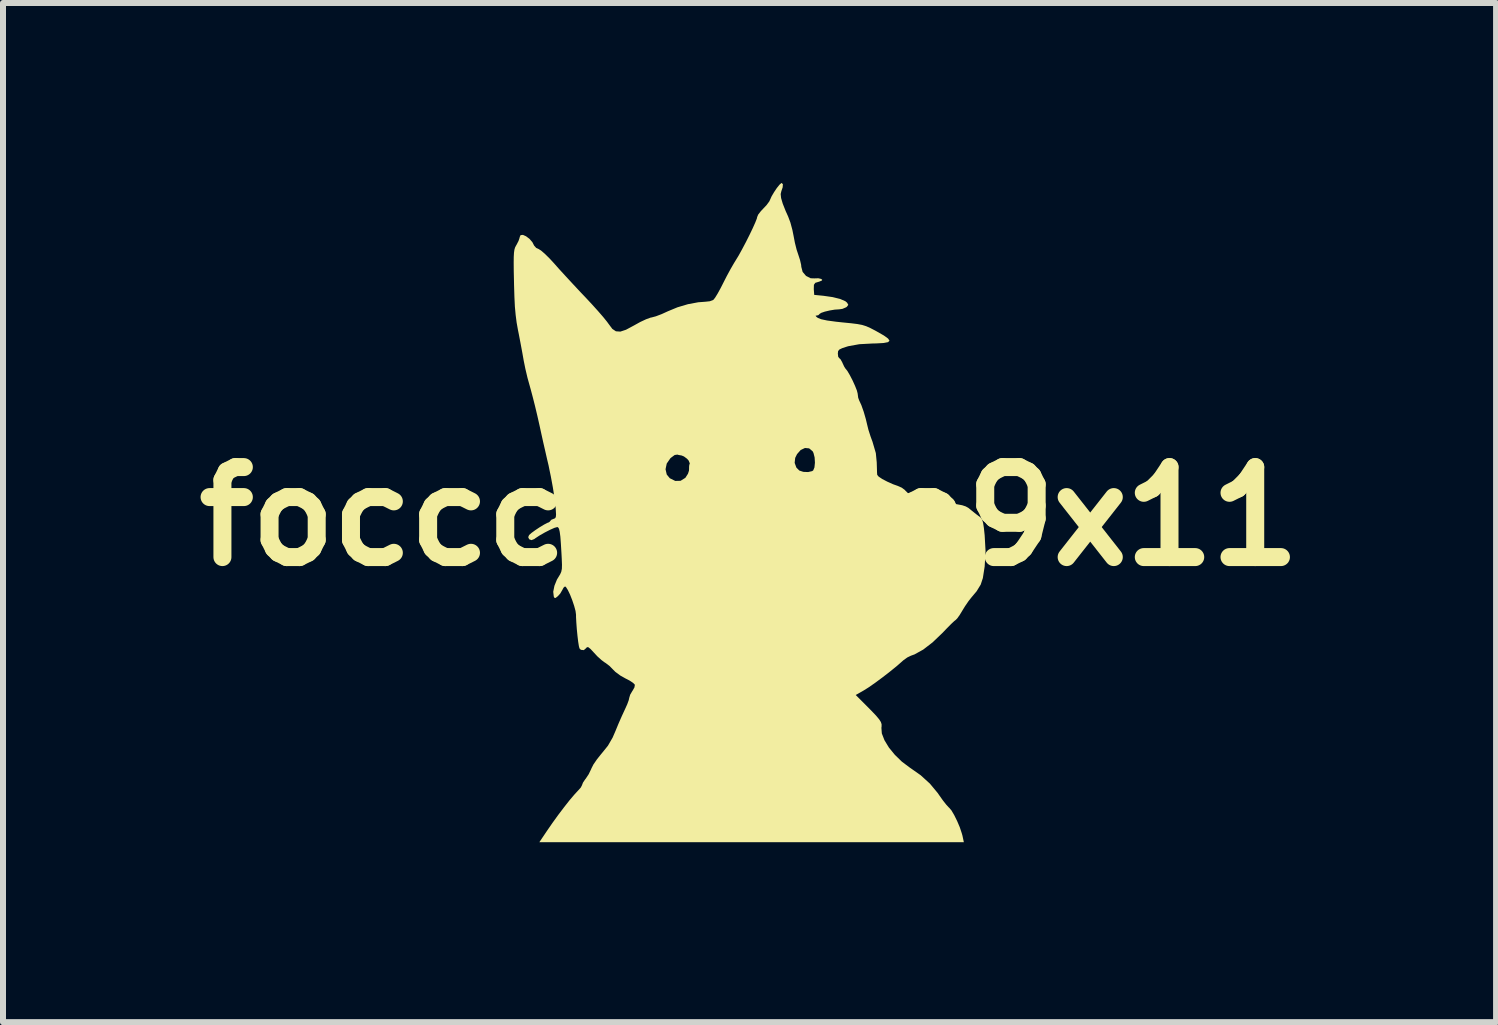
<source format=kicad_pcb>
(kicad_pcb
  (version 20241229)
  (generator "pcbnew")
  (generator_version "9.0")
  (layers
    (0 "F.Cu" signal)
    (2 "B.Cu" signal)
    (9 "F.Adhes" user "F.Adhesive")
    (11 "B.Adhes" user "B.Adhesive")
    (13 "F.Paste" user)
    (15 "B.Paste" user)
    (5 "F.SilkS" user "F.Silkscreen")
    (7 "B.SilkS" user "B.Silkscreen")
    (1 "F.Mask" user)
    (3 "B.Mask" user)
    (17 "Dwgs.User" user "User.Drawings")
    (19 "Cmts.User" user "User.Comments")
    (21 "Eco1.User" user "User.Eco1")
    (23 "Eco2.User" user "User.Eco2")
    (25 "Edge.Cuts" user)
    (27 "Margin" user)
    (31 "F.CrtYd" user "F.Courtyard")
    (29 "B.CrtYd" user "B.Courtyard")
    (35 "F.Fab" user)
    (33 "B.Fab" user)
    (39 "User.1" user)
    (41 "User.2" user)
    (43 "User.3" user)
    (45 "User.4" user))
  (footprint "foccci_logo9x11"
    (layer "F.Cu")
    (at 9.443 5.557)
    (property "Reference" "foccci_logo9x11" (at 0 0 0) (layer "F.SilkS") (effects (font (size 1.5 1.5) (thickness 0.3))))
    (attr board_only exclude_from_pos_files exclude_from_bom)
    (fp_poly (pts (xy 0.556 -5.537) (xy 0.552 -5.484) (xy 0.531 -5.423) (xy 0.519 -5.373) (xy 0.526 -5.306) (xy 0.553 -5.214) (xy 0.602 -5.09) (xy 0.643 -4.999) (xy 0.681 -4.898) (xy 0.714 -4.775) (xy 0.734 -4.676) (xy 0.756 -4.561) (xy 0.785 -4.445) (xy 0.812 -4.364) (xy 0.841 -4.275) (xy 0.86 -4.193) (xy 0.863 -4.159) (xy 0.885 -4.075) (xy 0.942 -4.008) (xy 1.019 -3.969) (xy 1.08 -3.967) (xy 1.147 -3.969) (xy 1.194 -3.958) (xy 1.212 -3.943) (xy 1.204 -3.93) (xy 1.162 -3.913) (xy 1.096 -3.893) (xy 1.073 -3.86) (xy 1.071 -3.787) (xy 1.078 -3.692) (xy 1.231 -3.677) (xy 1.385 -3.655) (xy 1.51 -3.624) (xy 1.596 -3.587) (xy 1.626 -3.562) (xy 1.646 -3.526) (xy 1.624 -3.496) (xy 1.612 -3.486) (xy 1.549 -3.459) (xy 1.494 -3.451) (xy 1.419 -3.446) (xy 1.335 -3.432) (xy 1.255 -3.413) (xy 1.194 -3.392) (xy 1.167 -3.374) (xy 1.167 -3.373) (xy 1.146 -3.353) (xy 1.124 -3.349) (xy 1.1 -3.344) (xy 1.117 -3.324) (xy 1.139 -3.308) (xy 1.194 -3.286) (xy 1.293 -3.265) (xy 1.44 -3.245) (xy 1.552 -3.233) (xy 1.694 -3.219) (xy 1.798 -3.206) (xy 1.877 -3.191) (xy 1.944 -3.17) (xy 2.012 -3.14) (xy 2.093 -3.098) (xy 2.122 -3.082) (xy 2.239 -3.015) (xy 2.309 -2.964) (xy 2.333 -2.928) (xy 2.308 -2.904) (xy 2.235 -2.89) (xy 2.112 -2.883) (xy 2.055 -2.882) (xy 1.831 -2.87) (xy 1.653 -2.838) (xy 1.63 -2.832) (xy 1.545 -2.804) (xy 1.497 -2.781) (xy 1.476 -2.754) (xy 1.472 -2.715) (xy 1.472 -2.712) (xy 1.478 -2.66) (xy 1.494 -2.639) (xy 1.517 -2.618) (xy 1.546 -2.566) (xy 1.55 -2.556) (xy 1.577 -2.498) (xy 1.599 -2.463) (xy 1.601 -2.461) (xy 1.631 -2.424) (xy 1.672 -2.354) (xy 1.717 -2.267) (xy 1.758 -2.177) (xy 1.789 -2.099) (xy 1.802 -2.048) (xy 1.802 -2.047) (xy 1.811 -1.978) (xy 1.827 -1.934) (xy 1.864 -1.854) (xy 1.903 -1.744) (xy 1.938 -1.623) (xy 1.959 -1.535) (xy 1.982 -1.442) (xy 2.018 -1.33) (xy 2.05 -1.243) (xy 2.105 -1.055) (xy 2.12 -0.901) (xy 2.123 -0.807) (xy 2.125 -0.733) (xy 2.128 -0.692) (xy 2.128 -0.692) (xy 2.152 -0.663) (xy 2.212 -0.623) (xy 2.296 -0.579) (xy 2.392 -0.536) (xy 2.468 -0.509) (xy 2.538 -0.478) (xy 2.589 -0.44) (xy 2.594 -0.433) (xy 2.643 -0.385) (xy 2.708 -0.345) (xy 2.772 -0.322) (xy 2.818 -0.323) (xy 2.825 -0.328) (xy 2.875 -0.353) (xy 2.939 -0.338) (xy 2.996 -0.303) (xy 3.058 -0.272) (xy 3.154 -0.247) (xy 3.292 -0.224) (xy 3.334 -0.219) (xy 3.458 -0.202) (xy 3.544 -0.186) (xy 3.604 -0.166) (xy 3.651 -0.139) (xy 3.684 -0.112) (xy 3.753 -0.056) (xy 3.817 -0.007) (xy 3.83 0.002) (xy 3.858 0.025) (xy 3.878 0.057) (xy 3.893 0.109) (xy 3.906 0.192) (xy 3.919 0.314) (xy 3.934 0.581) (xy 3.919 0.836) (xy 3.889 1.028) (xy 3.853 1.137) (xy 3.785 1.248) (xy 3.7 1.349) (xy 3.651 1.411) (xy 3.592 1.497) (xy 3.549 1.567) (xy 3.503 1.643) (xy 3.463 1.699) (xy 3.44 1.723) (xy 3.413 1.744) (xy 3.359 1.795) (xy 3.287 1.868) (xy 3.213 1.945) (xy 3.051 2.1) (xy 2.895 2.22) (xy 2.751 2.3) (xy 2.69 2.322) (xy 2.63 2.351) (xy 2.562 2.4) (xy 2.55 2.411) (xy 2.46 2.49) (xy 2.347 2.582) (xy 2.222 2.679) (xy 2.098 2.771) (xy 1.988 2.848) (xy 1.907 2.899) (xy 1.77 2.977) (xy 1.924 3.131) (xy 2.033 3.241) (xy 2.11 3.322) (xy 2.16 3.382) (xy 2.189 3.427) (xy 2.201 3.464) (xy 2.201 3.501) (xy 2.198 3.524) (xy 2.205 3.618) (xy 2.249 3.731) (xy 2.323 3.853) (xy 2.422 3.974) (xy 2.538 4.087) (xy 2.66 4.179) (xy 2.852 4.314) (xy 3.006 4.454) (xy 3.135 4.609) (xy 3.162 4.648) (xy 3.223 4.734) (xy 3.279 4.805) (xy 3.32 4.85) (xy 3.327 4.856) (xy 3.365 4.9) (xy 3.411 4.978) (xy 3.46 5.077) (xy 3.505 5.183) (xy 3.538 5.283) (xy 3.549 5.322) (xy 3.572 5.43) (xy 0.035 5.43) (xy -3.503 5.43) (xy -3.371 5.234) (xy -3.284 5.108) (xy -3.188 4.975) (xy -3.09 4.846) (xy -2.998 4.729) (xy -2.918 4.635) (xy -2.86 4.572) (xy -2.857 4.569) (xy -2.813 4.52) (xy -2.792 4.48) (xy -2.791 4.476) (xy -2.776 4.437) (xy -2.739 4.382) (xy -2.731 4.373) (xy -2.682 4.299) (xy -2.64 4.213) (xy -2.636 4.202) (xy -2.602 4.135) (xy -2.543 4.049) (xy -2.472 3.96) (xy -2.46 3.946) (xy -2.36 3.822) (xy -2.282 3.687) (xy -2.234 3.576) (xy -2.185 3.457) (xy -2.132 3.336) (xy -2.085 3.234) (xy -2.077 3.217) (xy -2.039 3.133) (xy -2.013 3.062) (xy -2.005 3.024) (xy -1.989 2.971) (xy -1.953 2.91) (xy -1.951 2.908) (xy -1.919 2.852) (xy -1.911 2.807) (xy -1.912 2.805) (xy -1.941 2.775) (xy -2.002 2.735) (xy -2.066 2.702) (xy -2.155 2.652) (xy -2.236 2.592) (xy -2.273 2.555) (xy -2.335 2.492) (xy -2.401 2.442) (xy -2.412 2.436) (xy -2.466 2.396) (xy -2.536 2.333) (xy -2.59 2.275) (xy -2.65 2.21) (xy -2.688 2.18) (xy -2.711 2.18) (xy -2.72 2.193) (xy -2.762 2.229) (xy -2.811 2.224) (xy -2.834 2.201) (xy -2.844 2.164) (xy -2.856 2.089) (xy -2.868 1.989) (xy -2.879 1.878) (xy -2.887 1.769) (xy -2.892 1.674) (xy -2.892 1.639) (xy -2.9 1.577) (xy -2.923 1.492) (xy -2.955 1.397) (xy -2.991 1.305) (xy -3.028 1.228) (xy -3.059 1.179) (xy -3.075 1.167) (xy -3.1 1.188) (xy -3.119 1.224) (xy -3.155 1.286) (xy -3.194 1.329) (xy -3.233 1.36) (xy -3.253 1.357) (xy -3.263 1.335) (xy -3.272 1.256) (xy -3.252 1.157) (xy -3.21 1.053) (xy -3.184 1.01) (xy -3.156 0.964) (xy -3.138 0.923) (xy -3.128 0.874) (xy -3.126 0.806) (xy -3.13 0.705) (xy -3.134 0.627) (xy -3.144 0.461) (xy -3.153 0.339) (xy -3.164 0.256) (xy -3.176 0.206) (xy -3.192 0.182) (xy -3.205 0.178) (xy -3.252 0.191) (xy -3.326 0.224) (xy -3.414 0.269) (xy -3.501 0.319) (xy -3.571 0.365) (xy -3.588 0.378) (xy -3.635 0.396) (xy -3.673 0.381) (xy -3.689 0.346) (xy -3.674 0.311) (xy -3.636 0.277) (xy -3.573 0.231) (xy -3.498 0.181) (xy -3.425 0.137) (xy -3.37 0.108) (xy -3.349 0.101) (xy -3.325 0.084) (xy -3.324 0.079) (xy -3.303 0.056) (xy -3.27 0.043) (xy -3.243 0.032) (xy -3.229 0.012) (xy -3.225 -0.031) (xy -3.229 -0.105) (xy -3.234 -0.17) (xy -3.251 -0.31) (xy -3.278 -0.482) (xy -3.312 -0.667) (xy -3.337 -0.786) (xy -1.4 -0.786) (xy -1.38 -0.698) (xy -1.329 -0.636) (xy -1.238 -0.591) (xy -1.149 -0.593) (xy -1.071 -0.642) (xy -1.068 -0.645) (xy -1.026 -0.711) (xy -0.999 -0.794) (xy -0.997 -0.806) (xy -0.994 -0.88) (xy -0.999 -0.892) (xy 0.752 -0.892) (xy 0.781 -0.813) (xy 0.83 -0.764) (xy 0.897 -0.742) (xy 0.976 -0.739) (xy 1.042 -0.754) (xy 1.061 -0.766) (xy 1.082 -0.816) (xy 1.09 -0.895) (xy 1.085 -0.982) (xy 1.066 -1.057) (xy 1.052 -1.085) (xy 0.993 -1.134) (xy 0.924 -1.14) (xy 0.853 -1.107) (xy 0.792 -1.038) (xy 0.761 -0.975) (xy 0.752 -0.892) (xy -0.999 -0.892) (xy -1.015 -0.931) (xy -1.042 -0.961) (xy -1.093 -0.999) (xy -1.132 -1.015) (xy -1.183 -1.024) (xy -1.203 -1.03) (xy -1.248 -1.023) (xy -1.31 -0.977) (xy -1.319 -0.969) (xy -1.38 -0.881) (xy -1.4 -0.786) (xy -3.337 -0.786) (xy -3.349 -0.847) (xy -3.374 -0.952) (xy -3.387 -1.009) (xy -3.409 -1.106) (xy -3.438 -1.232) (xy -3.47 -1.377) (xy -3.499 -1.51) (xy -3.536 -1.674) (xy -3.575 -1.838) (xy -3.613 -1.988) (xy -3.646 -2.112) (xy -3.664 -2.177) (xy -3.701 -2.31) (xy -3.737 -2.463) (xy -3.765 -2.601) (xy -3.766 -2.608) (xy -3.788 -2.732) (xy -3.816 -2.882) (xy -3.845 -3.034) (xy -3.86 -3.108) (xy -3.882 -3.231) (xy -3.898 -3.356) (xy -3.911 -3.495) (xy -3.919 -3.659) (xy -3.925 -3.861) (xy -3.926 -3.914) (xy -3.93 -4.092) (xy -3.931 -4.226) (xy -3.93 -4.325) (xy -3.926 -4.395) (xy -3.919 -4.445) (xy -3.908 -4.482) (xy -3.892 -4.513) (xy -3.884 -4.526) (xy -3.85 -4.592) (xy -3.832 -4.645) (xy -3.832 -4.653) (xy -3.816 -4.688) (xy -3.777 -4.692) (xy -3.725 -4.669) (xy -3.669 -4.627) (xy -3.62 -4.571) (xy -3.59 -4.513) (xy -3.556 -4.475) (xy -3.515 -4.456) (xy -3.475 -4.431) (xy -3.411 -4.376) (xy -3.333 -4.299) (xy -3.259 -4.219) (xy -3.175 -4.124) (xy -3.066 -4.005) (xy -2.943 -3.872) (xy -2.817 -3.737) (xy -2.734 -3.65) (xy -2.625 -3.533) (xy -2.524 -3.421) (xy -2.439 -3.323) (xy -2.376 -3.245) (xy -2.343 -3.2) (xy -2.287 -3.125) (xy -2.227 -3.085) (xy -2.153 -3.08) (xy -2.059 -3.111) (xy -1.936 -3.177) (xy -1.923 -3.184) (xy -1.822 -3.24) (xy -1.726 -3.285) (xy -1.649 -3.313) (xy -1.632 -3.316) (xy -1.561 -3.335) (xy -1.466 -3.371) (xy -1.365 -3.417) (xy -1.358 -3.42) (xy -1.201 -3.485) (xy -1.026 -3.537) (xy -0.854 -3.569) (xy -0.734 -3.578) (xy -0.661 -3.586) (xy -0.605 -3.608) (xy -0.602 -3.61) (xy -0.574 -3.645) (xy -0.531 -3.715) (xy -0.48 -3.808) (xy -0.443 -3.881) (xy -0.382 -4.001) (xy -0.317 -4.121) (xy -0.258 -4.223) (xy -0.234 -4.262) (xy -0.182 -4.347) (xy -0.123 -4.454) (xy -0.06 -4.573) (xy 0.000277 -4.693) (xy 0.054 -4.805) (xy 0.096 -4.899) (xy 0.122 -4.965) (xy 0.127 -4.989) (xy 0.144 -5.03) (xy 0.189 -5.088) (xy 0.225 -5.126) (xy 0.285 -5.19) (xy 0.33 -5.251) (xy 0.342 -5.277) (xy 0.367 -5.333) (xy 0.408 -5.403) (xy 0.455 -5.473) (xy 0.499 -5.528) (xy 0.531 -5.556) (xy 0.535 -5.557)) (stroke (width 0) (type solid)) (fill yes) (layer "F.SilkS")))
  (gr_rect
    (start -3 -3)
    (end 21.886 13.987)
    (stroke (width 0.1) (type default))
    (fill no)
    (layer "Edge.Cuts")))
</source>
